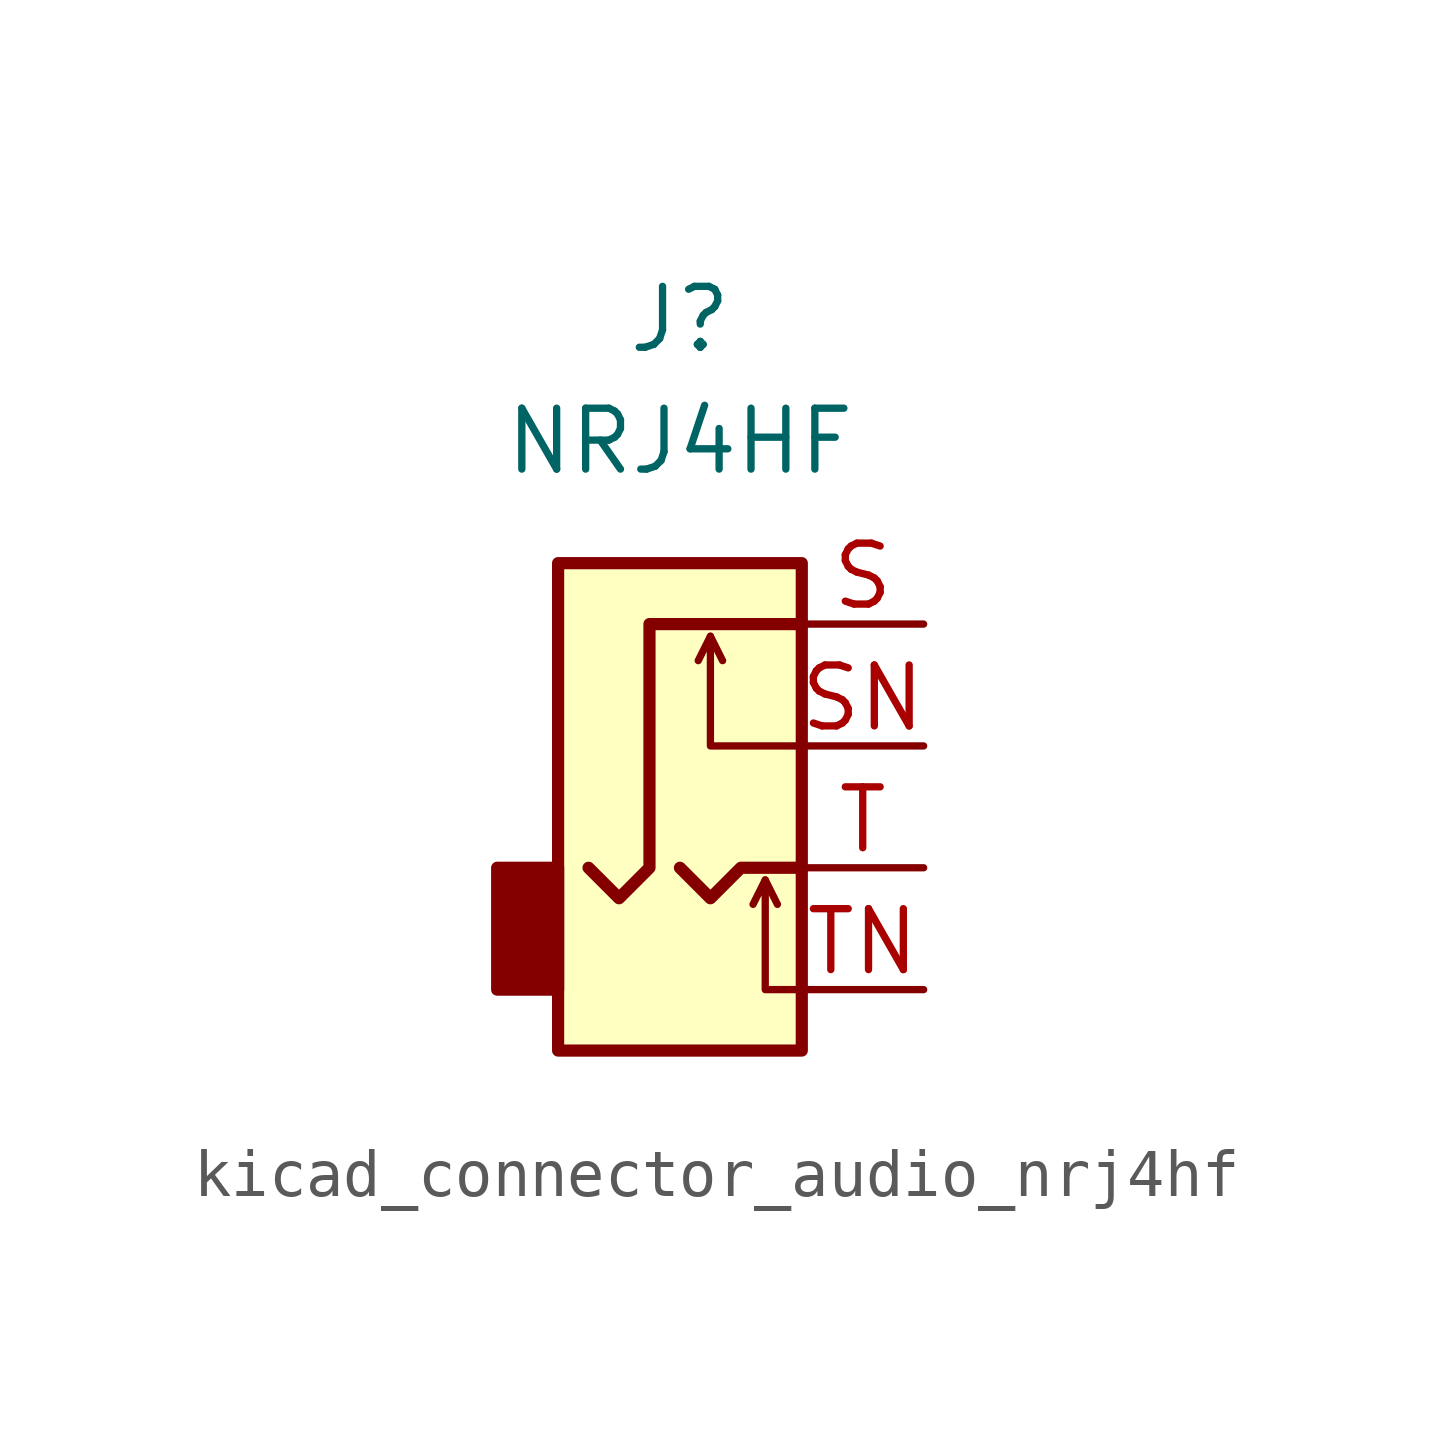
<source format=kicad_sym>
(kicad_symbol_lib
  (version 20220914)
  (generator kicad_symbol_editor)
  (symbol "kicad_connector_audio_nrj4hf"
    (property "Reference" "J"
      (at 0 11.43 0)
      (effects (font (size 1.27 1.27))))
    (property "Value" "NRJ4HF"
      (at 0 8.89 0)
      (effects (font (size 1.27 1.27))))
    (symbol "kicad_connector_audio_nrj4hf_0_1"
      (rectangle (start -2.54 0) (end -3.81 -2.54) (stroke (width 0.254) (type default)) (fill (type outline)))
      (rectangle (start 2.54 6.35) (end -2.54 -3.81) (stroke (width 0.254) (type default)) (fill (type background))))
    (symbol "kicad_connector_audio_nrj4hf_1_1"
      (polyline (pts (xy 0.635 4.826) (xy 0.889 4.318)) (stroke (width 0) (type default)) (fill (type none)))
      (polyline (pts (xy 1.778 -0.254) (xy 2.032 -0.762)) (stroke (width 0) (type default)) (fill (type none)))
      (polyline (pts (xy 0 0) (xy 0.635 -0.635) (xy 1.27 0) (xy 2.54 0)) (stroke (width 0.254) (type default)) (fill (type none)))
      (polyline (pts (xy 2.54 -2.54) (xy 1.778 -2.54) (xy 1.778 -0.254) (xy 1.524 -0.762)) (stroke (width 0) (type default)) (fill (type none)))
      (polyline (pts (xy 2.54 2.54) (xy 0.635 2.54) (xy 0.635 4.826) (xy 0.381 4.318)) (stroke (width 0) (type default)) (fill (type none)))
      (polyline (pts (xy 2.54 5.08) (xy -0.635 5.08) (xy -0.635 0) (xy -1.27 -0.635) (xy -1.905 0)) (stroke (width 0.254) (type default)) (fill (type none)))
      (pin passive line (at 5.08 5.08 180) (length 2.54) (name "~" (effects (font (size 1.27 1.27)))) (number "S" (effects (font (size 1.27 1.27)))))
      (pin passive line (at 5.08 2.54 180) (length 2.54) (name "~" (effects (font (size 1.27 1.27)))) (number "SN" (effects (font (size 1.27 1.27)))))
      (pin passive line (at 5.08 0 180) (length 2.54) (name "~" (effects (font (size 1.27 1.27)))) (number "T" (effects (font (size 1.27 1.27)))))
      (pin passive line (at 5.08 -2.54 180) (length 2.54) (name "~" (effects (font (size 1.27 1.27)))) (number "TN" (effects (font (size 1.27 1.27))))))))
</source>
